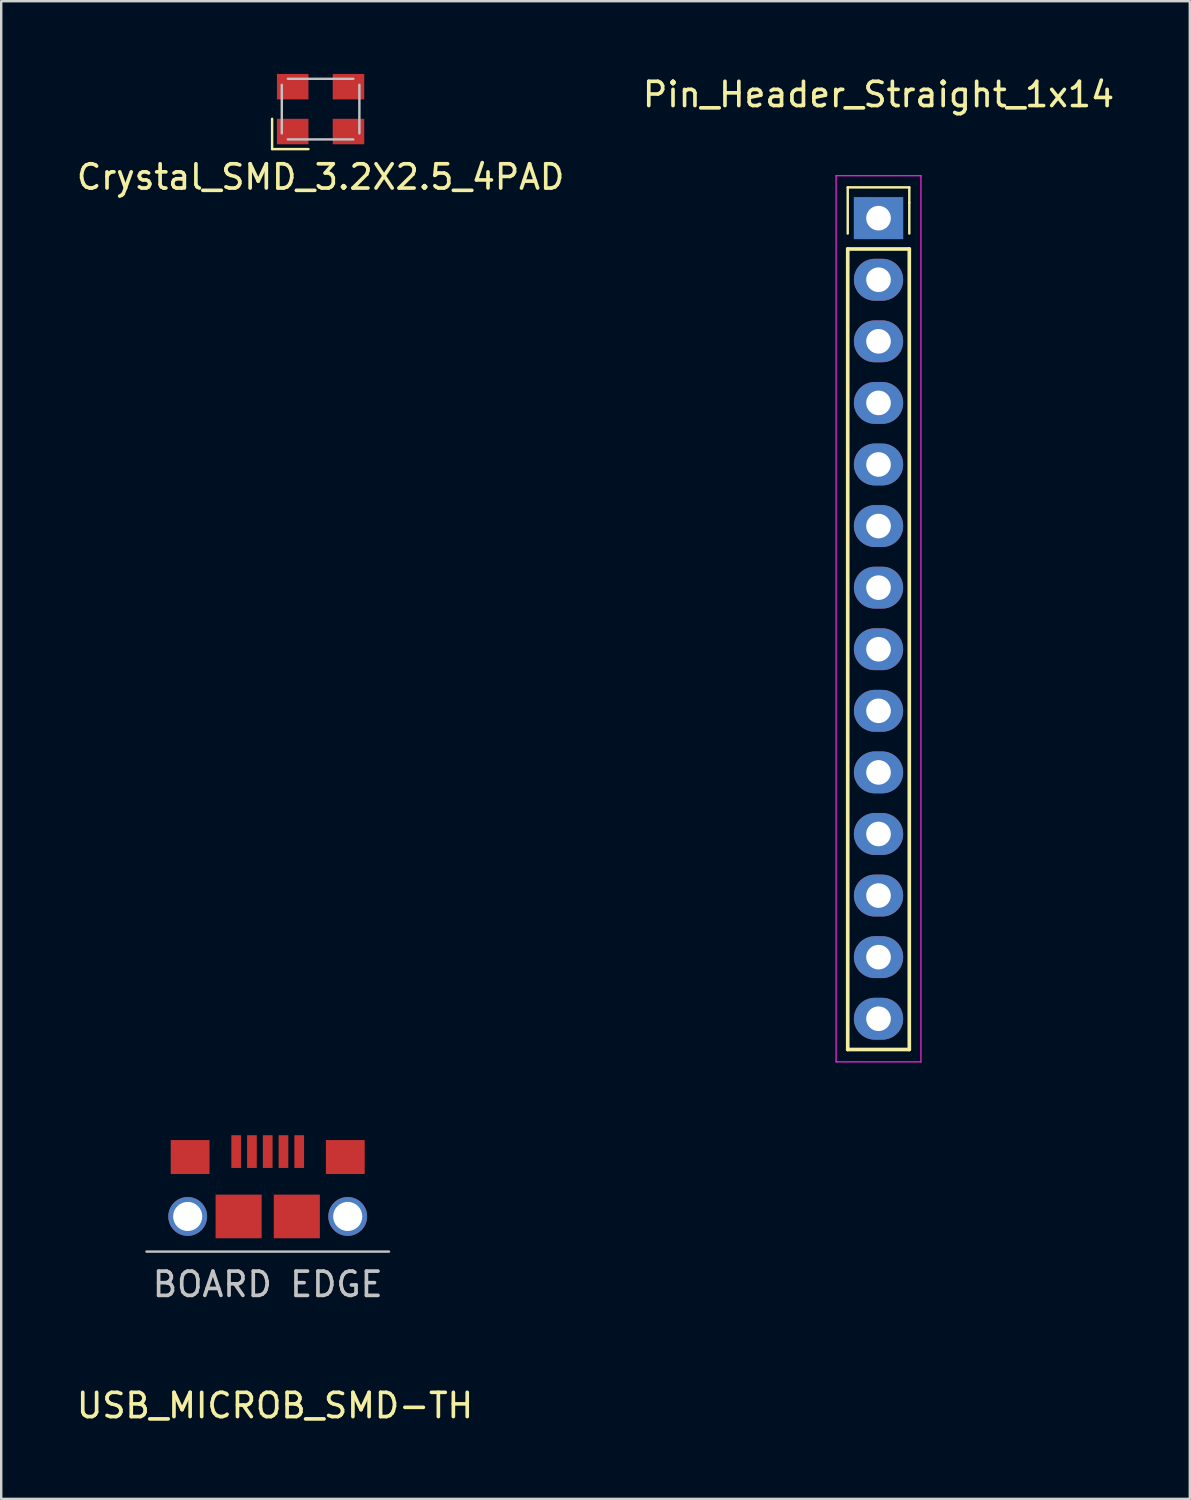
<source format=kicad_pcb>
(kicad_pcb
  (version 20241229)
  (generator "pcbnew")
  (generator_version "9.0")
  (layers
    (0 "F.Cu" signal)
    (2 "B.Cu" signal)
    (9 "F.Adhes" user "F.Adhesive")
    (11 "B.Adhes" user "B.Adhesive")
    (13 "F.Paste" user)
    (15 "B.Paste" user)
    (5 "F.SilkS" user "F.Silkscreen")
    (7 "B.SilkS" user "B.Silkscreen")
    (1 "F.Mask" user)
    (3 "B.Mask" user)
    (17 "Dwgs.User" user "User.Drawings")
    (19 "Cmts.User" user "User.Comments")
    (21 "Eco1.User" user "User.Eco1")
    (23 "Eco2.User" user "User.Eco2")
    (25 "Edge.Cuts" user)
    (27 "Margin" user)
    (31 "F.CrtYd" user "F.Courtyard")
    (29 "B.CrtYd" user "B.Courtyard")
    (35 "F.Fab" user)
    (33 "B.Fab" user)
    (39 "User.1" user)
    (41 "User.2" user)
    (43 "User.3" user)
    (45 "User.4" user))
  (footprint "USB_MICROB_SMD-TH"
    (layer "F.Cu")
    (at 7.992 47.123)
    (property "Reference" "USB_MICROB_SMD-TH" (at 0.3 7.8 0) (layer "F.SilkS") (effects (font (size 1 1) (thickness 0.15))))
    (attr through_hole)
    (fp_line (start -5 1.45) (end 5 1.45) (stroke (width 0.1) (type solid)) (layer "Dwgs.User"))
    (fp_text user "BOARD EDGE" (at 0 2.8 0) (layer "Dwgs.User") (effects (font (size 1 1) (thickness 0.15))))
    (pad "" thru_hole circle (at -3.3 0) (size 1.6 1.6) (drill 1.2) (layers "*.Cu" "*.Mask"))
    (pad "" smd rect (at -3.2 -2.45) (size 1.6 1.4) (layers "F.Cu" "F.Mask" "F.Paste"))
    (pad "" smd rect (at -1.2 0) (size 1.9 1.8) (layers "F.Cu" "F.Mask" "F.Paste"))
    (pad "" smd rect (at 1.2 0) (size 1.9 1.8) (layers "F.Cu" "F.Mask" "F.Paste"))
    (pad "" smd rect (at 3.2 -2.45) (size 1.6 1.4) (layers "F.Cu" "F.Mask" "F.Paste"))
    (pad "" thru_hole circle (at 3.3 0) (size 1.6 1.6) (drill 1.2) (layers "*.Cu" "*.Mask"))
    (pad "1" smd rect (at -1.3 -2.675) (size 0.4 1.35) (layers "F.Cu" "F.Mask" "F.Paste"))
    (pad "2" smd rect (at -0.65 -2.675) (size 0.4 1.35) (layers "F.Cu" "F.Mask" "F.Paste"))
    (pad "3" smd rect (at 0 -2.675) (size 0.4 1.35) (layers "F.Cu" "F.Mask" "F.Paste"))
    (pad "4" smd rect (at 0.65 -2.675) (size 0.4 1.35) (layers "F.Cu" "F.Mask" "F.Paste"))
    (pad "5" smd rect (at 1.3 -2.675) (size 0.4 1.35) (layers "F.Cu" "F.Mask" "F.Paste")))
  (footprint "Crystal_SMD_3.2X2.5_4PAD"
    (layer "F.Cu")
    (at 10.173 1.45)
    (property "Reference" "Crystal_SMD_3.2X2.5_4PAD" (at 0 2.8 0) (layer "F.SilkS") (effects (font (size 1 1) (thickness 0.15))))
    (attr through_hole)
    (fp_line (start -2 0.4) (end -2 1.65) (stroke (width 0.1) (type solid)) (layer "F.SilkS"))
    (fp_line (start -2 1.65) (end -0.5 1.65) (stroke (width 0.1) (type solid)) (layer "F.SilkS"))
    (fp_line (start -1.6 -1) (end -1.6 1) (stroke (width 0.1) (type solid)) (layer "Dwgs.User"))
    (fp_line (start -1.35 -1.25) (end 1.35 -1.25) (stroke (width 0.1) (type solid)) (layer "Dwgs.User"))
    (fp_line (start -1.35 1.25) (end 1.35 1.25) (stroke (width 0.1) (type solid)) (layer "Dwgs.User"))
    (fp_line (start 1.6 -1) (end 1.6 1) (stroke (width 0.1) (type solid)) (layer "Dwgs.User"))
    (pad "1" smd rect (at -1.15 0.925) (size 1.3 1.05) (layers "F.Cu" "F.Mask" "F.Paste"))
    (pad "2" smd rect (at 1.15 0.925) (size 1.3 1.05) (layers "F.Cu" "F.Mask" "F.Paste"))
    (pad "3" smd rect (at 1.15 -0.925) (size 1.3 1.05) (layers "F.Cu" "F.Mask" "F.Paste"))
    (pad "4" smd rect (at -1.15 -0.925) (size 1.3 1.05) (layers "F.Cu" "F.Mask" "F.Paste")))
  (footprint "Pin_Header_Straight_1x14"
    (layer "F.Cu")
    (at 33.185 5.948)
    (property "Reference" "Pin_Header_Straight_1x14" (at 0 -5.1 0) (layer "F.SilkS") (effects (font (size 1 1) (thickness 0.15))))
    (attr through_hole)
    (fp_line (start -1.27 -1.27) (end -1.27 0.635) (stroke (width 0.1) (type solid)) (layer "F.SilkS"))
    (fp_line (start -1.27 1.27) (end -1.27 34.29) (stroke (width 0.15) (type solid)) (layer "F.SilkS"))
    (fp_line (start -1.27 34.29) (end 1.27 34.29) (stroke (width 0.15) (type solid)) (layer "F.SilkS"))
    (fp_line (start 1.27 -1.27) (end -1.27 -1.27) (stroke (width 0.1) (type solid)) (layer "F.SilkS"))
    (fp_line (start 1.27 -0.635) (end 1.27 -1.27) (stroke (width 0.1) (type solid)) (layer "F.SilkS"))
    (fp_line (start 1.27 0.635) (end 1.27 -0.635) (stroke (width 0.1) (type solid)) (layer "F.SilkS"))
    (fp_line (start 1.27 1.27) (end -1.27 1.27) (stroke (width 0.15) (type solid)) (layer "F.SilkS"))
    (fp_line (start 1.27 34.29) (end 1.27 1.27) (stroke (width 0.15) (type solid)) (layer "F.SilkS"))
    (fp_line (start -1.75 -1.75) (end -1.75 34.8) (stroke (width 0.05) (type solid)) (layer "F.CrtYd"))
    (fp_line (start -1.75 -1.75) (end 1.75 -1.75) (stroke (width 0.05) (type solid)) (layer "F.CrtYd"))
    (fp_line (start -1.75 34.8) (end 1.75 34.8) (stroke (width 0.05) (type solid)) (layer "F.CrtYd"))
    (fp_line (start 1.75 -1.75) (end 1.75 34.8) (stroke (width 0.05) (type solid)) (layer "F.CrtYd"))
    (pad "1" thru_hole rect (at 0 0) (size 2.032 1.727) (drill 1.016) (layers "*.Cu" "*.Mask"))
    (pad "2" thru_hole oval (at 0 2.54) (size 2.032 1.727) (drill 1.016) (layers "*.Cu" "*.Mask"))
    (pad "3" thru_hole oval (at 0 5.08) (size 2.032 1.727) (drill 1.016) (layers "*.Cu" "*.Mask"))
    (pad "4" thru_hole oval (at 0 7.62) (size 2.032 1.727) (drill 1.016) (layers "*.Cu" "*.Mask"))
    (pad "5" thru_hole oval (at 0 10.16) (size 2.032 1.727) (drill 1.016) (layers "*.Cu" "*.Mask"))
    (pad "6" thru_hole oval (at 0 12.7) (size 2.032 1.727) (drill 1.016) (layers "*.Cu" "*.Mask"))
    (pad "7" thru_hole oval (at 0 15.24) (size 2.032 1.727) (drill 1.016) (layers "*.Cu" "*.Mask"))
    (pad "8" thru_hole oval (at 0 17.78) (size 2.032 1.727) (drill 1.016) (layers "*.Cu" "*.Mask"))
    (pad "9" thru_hole oval (at 0 20.32) (size 2.032 1.727) (drill 1.016) (layers "*.Cu" "*.Mask"))
    (pad "10" thru_hole oval (at 0 22.86) (size 2.032 1.727) (drill 1.016) (layers "*.Cu" "*.Mask"))
    (pad "11" thru_hole oval (at 0 25.4) (size 2.032 1.727) (drill 1.016) (layers "*.Cu" "*.Mask"))
    (pad "12" thru_hole oval (at 0 27.94) (size 2.032 1.727) (drill 1.016) (layers "*.Cu" "*.Mask"))
    (pad "13" thru_hole oval (at 0 30.48) (size 2.032 1.727) (drill 1.016) (layers "*.Cu" "*.Mask"))
    (pad "14" thru_hole oval (at 0 33.02) (size 2.032 1.727) (drill 1.016) (layers "*.Cu" "*.Mask")))
  (gr_rect
    (start -3 -3)
    (end 46.024 58.772)
    (stroke (width 0.1) (type default))
    (fill no)
    (layer "Edge.Cuts")))
</source>
